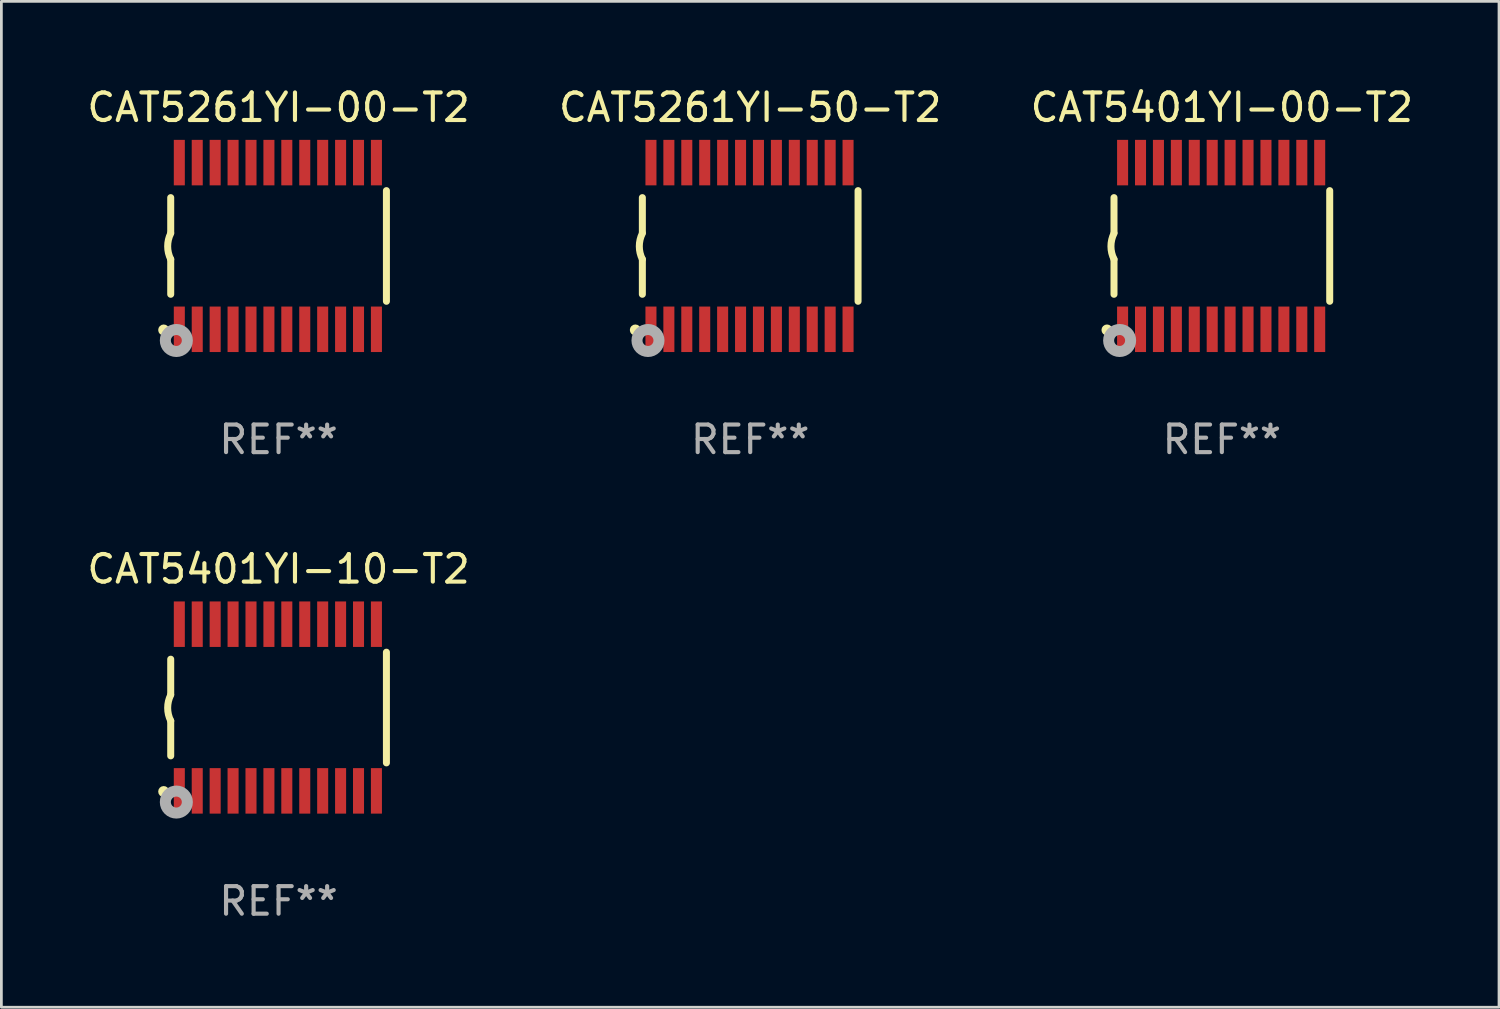
<source format=kicad_pcb>
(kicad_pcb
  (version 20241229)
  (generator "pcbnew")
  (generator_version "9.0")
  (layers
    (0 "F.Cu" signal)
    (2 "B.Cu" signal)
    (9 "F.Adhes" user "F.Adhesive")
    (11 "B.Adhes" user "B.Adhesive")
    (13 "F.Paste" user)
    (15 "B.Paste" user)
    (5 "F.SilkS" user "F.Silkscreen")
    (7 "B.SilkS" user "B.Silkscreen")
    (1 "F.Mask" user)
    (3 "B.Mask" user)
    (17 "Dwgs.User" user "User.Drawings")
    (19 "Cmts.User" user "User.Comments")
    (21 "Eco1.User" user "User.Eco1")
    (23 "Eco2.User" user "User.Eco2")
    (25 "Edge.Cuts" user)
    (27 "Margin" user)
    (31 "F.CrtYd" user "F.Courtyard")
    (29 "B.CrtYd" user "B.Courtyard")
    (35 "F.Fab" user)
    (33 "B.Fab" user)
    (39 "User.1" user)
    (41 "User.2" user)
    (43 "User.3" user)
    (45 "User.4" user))
  (footprint "CAT5261YI-50-T2"
    (layer "F.Cu")
    (at 24.161 5.871)
    (property "Reference" "CAT5261YI-50-T2" (at 0 -5.023 0) (layer "F.SilkS") (effects (font (size 1 1) (thickness 0.15))))
    (attr through_hole)
    (fp_line (start -3.912 -0.483) (end -3.912 -1.753) (stroke (width 0.254) (type solid)) (layer "F.SilkS"))
    (fp_line (start -3.912 1.753) (end -3.912 0.483) (stroke (width 0.254) (type solid)) (layer "F.SilkS"))
    (fp_line (start 3.912 -2.007) (end 3.912 2.007) (stroke (width 0.254) (type solid)) (layer "F.SilkS"))
    (fp_arc (start -3.911608 0.482601) (mid -4.022537 0.0127) (end -3.911608 -0.457201) (stroke (width 0.254001) (type solid)) (layer "F.SilkS"))
    (fp_circle (center -4.166 3.048) (end -4.066 3.048) (stroke (width 0.2) (type solid)) (fill no) (layer "F.SilkS"))
    (fp_circle (center -3.925 3.186) (end -3.895 3.186) (stroke (width 0.06) (type solid)) (fill no) (layer "F.SilkS"))
    (fp_circle (center -3.708 3.429) (end -3.509 3.429) (stroke (width 0.4) (type solid)) (fill no) (layer "F.Fab"))
    (fp_text user "REF**" (at 0 7.023 0) (layer "F.Fab") (effects (font (size 1 1) (thickness 0.15))))
    (pad "1" smd rect (at -3.6 3.023) (size 0.4 1.65) (layers "F.Cu" "F.Mask" "F.Paste"))
    (pad "2" smd rect (at -2.95 3.023) (size 0.4 1.65) (layers "F.Cu" "F.Mask" "F.Paste"))
    (pad "3" smd rect (at -2.3 3.023) (size 0.4 1.65) (layers "F.Cu" "F.Mask" "F.Paste"))
    (pad "4" smd rect (at -1.65 3.023) (size 0.4 1.65) (layers "F.Cu" "F.Mask" "F.Paste"))
    (pad "5" smd rect (at -1 3.023) (size 0.4 1.65) (layers "F.Cu" "F.Mask" "F.Paste"))
    (pad "6" smd rect (at -0.35 3.023) (size 0.4 1.65) (layers "F.Cu" "F.Mask" "F.Paste"))
    (pad "7" smd rect (at 0.299 3.023) (size 0.4 1.65) (layers "F.Cu" "F.Mask" "F.Paste"))
    (pad "8" smd rect (at 0.95 3.023) (size 0.4 1.65) (layers "F.Cu" "F.Mask" "F.Paste"))
    (pad "9" smd rect (at 1.6 3.023) (size 0.4 1.65) (layers "F.Cu" "F.Mask" "F.Paste"))
    (pad "10" smd rect (at 2.25 3.023) (size 0.4 1.65) (layers "F.Cu" "F.Mask" "F.Paste"))
    (pad "11" smd rect (at 2.9 3.023) (size 0.4 1.65) (layers "F.Cu" "F.Mask" "F.Paste"))
    (pad "12" smd rect (at 3.549 3.023) (size 0.4 1.65) (layers "F.Cu" "F.Mask" "F.Paste"))
    (pad "13" smd rect (at 3.549 -3.023) (size 0.4 1.65) (layers "F.Cu" "F.Mask" "F.Paste"))
    (pad "14" smd rect (at 2.9 -3.023) (size 0.4 1.65) (layers "F.Cu" "F.Mask" "F.Paste"))
    (pad "15" smd rect (at 2.25 -3.023) (size 0.4 1.65) (layers "F.Cu" "F.Mask" "F.Paste"))
    (pad "16" smd rect (at 1.6 -3.023) (size 0.4 1.65) (layers "F.Cu" "F.Mask" "F.Paste"))
    (pad "17" smd rect (at 0.95 -3.023) (size 0.4 1.65) (layers "F.Cu" "F.Mask" "F.Paste"))
    (pad "18" smd rect (at 0.299 -3.023) (size 0.4 1.65) (layers "F.Cu" "F.Mask" "F.Paste"))
    (pad "19" smd rect (at -0.35 -3.023) (size 0.4 1.65) (layers "F.Cu" "F.Mask" "F.Paste"))
    (pad "20" smd rect (at -1 -3.023) (size 0.4 1.65) (layers "F.Cu" "F.Mask" "F.Paste"))
    (pad "21" smd rect (at -1.65 -3.023) (size 0.4 1.65) (layers "F.Cu" "F.Mask" "F.Paste"))
    (pad "22" smd rect (at -2.3 -3.023) (size 0.4 1.65) (layers "F.Cu" "F.Mask" "F.Paste"))
    (pad "23" smd rect (at -2.95 -3.023) (size 0.4 1.65) (layers "F.Cu" "F.Mask" "F.Paste"))
    (pad "24" smd rect (at -3.6 -3.023) (size 0.4 1.65) (layers "F.Cu" "F.Mask" "F.Paste")))
  (footprint "CAT5261YI-00-T2"
    (layer "F.Cu")
    (at 7.054 5.871)
    (property "Reference" "CAT5261YI-00-T2" (at 0 -5.023 0) (layer "F.SilkS") (effects (font (size 1 1) (thickness 0.15))))
    (attr through_hole)
    (fp_line (start -3.912 -0.483) (end -3.912 -1.753) (stroke (width 0.254) (type solid)) (layer "F.SilkS"))
    (fp_line (start -3.912 1.753) (end -3.912 0.483) (stroke (width 0.254) (type solid)) (layer "F.SilkS"))
    (fp_line (start 3.912 -2.007) (end 3.912 2.007) (stroke (width 0.254) (type solid)) (layer "F.SilkS"))
    (fp_arc (start -3.911608 0.482601) (mid -4.022537 0.0127) (end -3.911608 -0.457201) (stroke (width 0.254001) (type solid)) (layer "F.SilkS"))
    (fp_circle (center -4.166 3.048) (end -4.066 3.048) (stroke (width 0.2) (type solid)) (fill no) (layer "F.SilkS"))
    (fp_circle (center -3.925 3.186) (end -3.895 3.186) (stroke (width 0.06) (type solid)) (fill no) (layer "F.SilkS"))
    (fp_circle (center -3.708 3.429) (end -3.509 3.429) (stroke (width 0.4) (type solid)) (fill no) (layer "F.Fab"))
    (fp_text user "REF**" (at 0 7.023 0) (layer "F.Fab") (effects (font (size 1 1) (thickness 0.15))))
    (pad "1" smd rect (at -3.6 3.023) (size 0.4 1.65) (layers "F.Cu" "F.Mask" "F.Paste"))
    (pad "2" smd rect (at -2.95 3.023) (size 0.4 1.65) (layers "F.Cu" "F.Mask" "F.Paste"))
    (pad "3" smd rect (at -2.3 3.023) (size 0.4 1.65) (layers "F.Cu" "F.Mask" "F.Paste"))
    (pad "4" smd rect (at -1.65 3.023) (size 0.4 1.65) (layers "F.Cu" "F.Mask" "F.Paste"))
    (pad "5" smd rect (at -1 3.023) (size 0.4 1.65) (layers "F.Cu" "F.Mask" "F.Paste"))
    (pad "6" smd rect (at -0.35 3.023) (size 0.4 1.65) (layers "F.Cu" "F.Mask" "F.Paste"))
    (pad "7" smd rect (at 0.299 3.023) (size 0.4 1.65) (layers "F.Cu" "F.Mask" "F.Paste"))
    (pad "8" smd rect (at 0.95 3.023) (size 0.4 1.65) (layers "F.Cu" "F.Mask" "F.Paste"))
    (pad "9" smd rect (at 1.6 3.023) (size 0.4 1.65) (layers "F.Cu" "F.Mask" "F.Paste"))
    (pad "10" smd rect (at 2.25 3.023) (size 0.4 1.65) (layers "F.Cu" "F.Mask" "F.Paste"))
    (pad "11" smd rect (at 2.9 3.023) (size 0.4 1.65) (layers "F.Cu" "F.Mask" "F.Paste"))
    (pad "12" smd rect (at 3.549 3.023) (size 0.4 1.65) (layers "F.Cu" "F.Mask" "F.Paste"))
    (pad "13" smd rect (at 3.549 -3.023) (size 0.4 1.65) (layers "F.Cu" "F.Mask" "F.Paste"))
    (pad "14" smd rect (at 2.9 -3.023) (size 0.4 1.65) (layers "F.Cu" "F.Mask" "F.Paste"))
    (pad "15" smd rect (at 2.25 -3.023) (size 0.4 1.65) (layers "F.Cu" "F.Mask" "F.Paste"))
    (pad "16" smd rect (at 1.6 -3.023) (size 0.4 1.65) (layers "F.Cu" "F.Mask" "F.Paste"))
    (pad "17" smd rect (at 0.95 -3.023) (size 0.4 1.65) (layers "F.Cu" "F.Mask" "F.Paste"))
    (pad "18" smd rect (at 0.299 -3.023) (size 0.4 1.65) (layers "F.Cu" "F.Mask" "F.Paste"))
    (pad "19" smd rect (at -0.35 -3.023) (size 0.4 1.65) (layers "F.Cu" "F.Mask" "F.Paste"))
    (pad "20" smd rect (at -1 -3.023) (size 0.4 1.65) (layers "F.Cu" "F.Mask" "F.Paste"))
    (pad "21" smd rect (at -1.65 -3.023) (size 0.4 1.65) (layers "F.Cu" "F.Mask" "F.Paste"))
    (pad "22" smd rect (at -2.3 -3.023) (size 0.4 1.65) (layers "F.Cu" "F.Mask" "F.Paste"))
    (pad "23" smd rect (at -2.95 -3.023) (size 0.4 1.65) (layers "F.Cu" "F.Mask" "F.Paste"))
    (pad "24" smd rect (at -3.6 -3.023) (size 0.4 1.65) (layers "F.Cu" "F.Mask" "F.Paste")))
  (footprint "CAT5401YI-00-T2"
    (layer "F.Cu")
    (at 41.268 5.871)
    (property "Reference" "CAT5401YI-00-T2" (at 0 -5.023 0) (layer "F.SilkS") (effects (font (size 1 1) (thickness 0.15))))
    (attr through_hole)
    (fp_line (start -3.912 -0.483) (end -3.912 -1.753) (stroke (width 0.254) (type solid)) (layer "F.SilkS"))
    (fp_line (start -3.912 1.753) (end -3.912 0.483) (stroke (width 0.254) (type solid)) (layer "F.SilkS"))
    (fp_line (start 3.912 -2.007) (end 3.912 2.007) (stroke (width 0.254) (type solid)) (layer "F.SilkS"))
    (fp_arc (start -3.911608 0.482601) (mid -4.022537 0.0127) (end -3.911608 -0.457201) (stroke (width 0.254001) (type solid)) (layer "F.SilkS"))
    (fp_circle (center -4.166 3.048) (end -4.066 3.048) (stroke (width 0.2) (type solid)) (fill no) (layer "F.SilkS"))
    (fp_circle (center -3.925 3.186) (end -3.895 3.186) (stroke (width 0.06) (type solid)) (fill no) (layer "F.SilkS"))
    (fp_circle (center -3.708 3.429) (end -3.509 3.429) (stroke (width 0.4) (type solid)) (fill no) (layer "F.Fab"))
    (fp_text user "REF**" (at 0 7.023 0) (layer "F.Fab") (effects (font (size 1 1) (thickness 0.15))))
    (pad "1" smd rect (at -3.6 3.023) (size 0.4 1.65) (layers "F.Cu" "F.Mask" "F.Paste"))
    (pad "2" smd rect (at -2.95 3.023) (size 0.4 1.65) (layers "F.Cu" "F.Mask" "F.Paste"))
    (pad "3" smd rect (at -2.3 3.023) (size 0.4 1.65) (layers "F.Cu" "F.Mask" "F.Paste"))
    (pad "4" smd rect (at -1.65 3.023) (size 0.4 1.65) (layers "F.Cu" "F.Mask" "F.Paste"))
    (pad "5" smd rect (at -1 3.023) (size 0.4 1.65) (layers "F.Cu" "F.Mask" "F.Paste"))
    (pad "6" smd rect (at -0.35 3.023) (size 0.4 1.65) (layers "F.Cu" "F.Mask" "F.Paste"))
    (pad "7" smd rect (at 0.299 3.023) (size 0.4 1.65) (layers "F.Cu" "F.Mask" "F.Paste"))
    (pad "8" smd rect (at 0.95 3.023) (size 0.4 1.65) (layers "F.Cu" "F.Mask" "F.Paste"))
    (pad "9" smd rect (at 1.6 3.023) (size 0.4 1.65) (layers "F.Cu" "F.Mask" "F.Paste"))
    (pad "10" smd rect (at 2.25 3.023) (size 0.4 1.65) (layers "F.Cu" "F.Mask" "F.Paste"))
    (pad "11" smd rect (at 2.9 3.023) (size 0.4 1.65) (layers "F.Cu" "F.Mask" "F.Paste"))
    (pad "12" smd rect (at 3.549 3.023) (size 0.4 1.65) (layers "F.Cu" "F.Mask" "F.Paste"))
    (pad "13" smd rect (at 3.549 -3.023) (size 0.4 1.65) (layers "F.Cu" "F.Mask" "F.Paste"))
    (pad "14" smd rect (at 2.9 -3.023) (size 0.4 1.65) (layers "F.Cu" "F.Mask" "F.Paste"))
    (pad "15" smd rect (at 2.25 -3.023) (size 0.4 1.65) (layers "F.Cu" "F.Mask" "F.Paste"))
    (pad "16" smd rect (at 1.6 -3.023) (size 0.4 1.65) (layers "F.Cu" "F.Mask" "F.Paste"))
    (pad "17" smd rect (at 0.95 -3.023) (size 0.4 1.65) (layers "F.Cu" "F.Mask" "F.Paste"))
    (pad "18" smd rect (at 0.299 -3.023) (size 0.4 1.65) (layers "F.Cu" "F.Mask" "F.Paste"))
    (pad "19" smd rect (at -0.35 -3.023) (size 0.4 1.65) (layers "F.Cu" "F.Mask" "F.Paste"))
    (pad "20" smd rect (at -1 -3.023) (size 0.4 1.65) (layers "F.Cu" "F.Mask" "F.Paste"))
    (pad "21" smd rect (at -1.65 -3.023) (size 0.4 1.65) (layers "F.Cu" "F.Mask" "F.Paste"))
    (pad "22" smd rect (at -2.3 -3.023) (size 0.4 1.65) (layers "F.Cu" "F.Mask" "F.Paste"))
    (pad "23" smd rect (at -2.95 -3.023) (size 0.4 1.65) (layers "F.Cu" "F.Mask" "F.Paste"))
    (pad "24" smd rect (at -3.6 -3.023) (size 0.4 1.65) (layers "F.Cu" "F.Mask" "F.Paste")))
  (footprint "CAT5401YI-10-T2"
    (layer "F.Cu")
    (at 7.054 22.613)
    (property "Reference" "CAT5401YI-10-T2" (at 0 -5.023 0) (layer "F.SilkS") (effects (font (size 1 1) (thickness 0.15))))
    (attr through_hole)
    (fp_line (start -3.912 -0.483) (end -3.912 -1.753) (stroke (width 0.254) (type solid)) (layer "F.SilkS"))
    (fp_line (start -3.912 1.753) (end -3.912 0.483) (stroke (width 0.254) (type solid)) (layer "F.SilkS"))
    (fp_line (start 3.912 -2.007) (end 3.912 2.007) (stroke (width 0.254) (type solid)) (layer "F.SilkS"))
    (fp_arc (start -3.911608 0.482601) (mid -4.022537 0.0127) (end -3.911608 -0.457201) (stroke (width 0.254001) (type solid)) (layer "F.SilkS"))
    (fp_circle (center -4.166 3.048) (end -4.066 3.048) (stroke (width 0.2) (type solid)) (fill no) (layer "F.SilkS"))
    (fp_circle (center -3.925 3.186) (end -3.895 3.186) (stroke (width 0.06) (type solid)) (fill no) (layer "F.SilkS"))
    (fp_circle (center -3.708 3.429) (end -3.509 3.429) (stroke (width 0.4) (type solid)) (fill no) (layer "F.Fab"))
    (fp_text user "REF**" (at 0 7.023 0) (layer "F.Fab") (effects (font (size 1 1) (thickness 0.15))))
    (pad "1" smd rect (at -3.6 3.023) (size 0.4 1.65) (layers "F.Cu" "F.Mask" "F.Paste"))
    (pad "2" smd rect (at -2.95 3.023) (size 0.4 1.65) (layers "F.Cu" "F.Mask" "F.Paste"))
    (pad "3" smd rect (at -2.3 3.023) (size 0.4 1.65) (layers "F.Cu" "F.Mask" "F.Paste"))
    (pad "4" smd rect (at -1.65 3.023) (size 0.4 1.65) (layers "F.Cu" "F.Mask" "F.Paste"))
    (pad "5" smd rect (at -1 3.023) (size 0.4 1.65) (layers "F.Cu" "F.Mask" "F.Paste"))
    (pad "6" smd rect (at -0.35 3.023) (size 0.4 1.65) (layers "F.Cu" "F.Mask" "F.Paste"))
    (pad "7" smd rect (at 0.299 3.023) (size 0.4 1.65) (layers "F.Cu" "F.Mask" "F.Paste"))
    (pad "8" smd rect (at 0.95 3.023) (size 0.4 1.65) (layers "F.Cu" "F.Mask" "F.Paste"))
    (pad "9" smd rect (at 1.6 3.023) (size 0.4 1.65) (layers "F.Cu" "F.Mask" "F.Paste"))
    (pad "10" smd rect (at 2.25 3.023) (size 0.4 1.65) (layers "F.Cu" "F.Mask" "F.Paste"))
    (pad "11" smd rect (at 2.9 3.023) (size 0.4 1.65) (layers "F.Cu" "F.Mask" "F.Paste"))
    (pad "12" smd rect (at 3.549 3.023) (size 0.4 1.65) (layers "F.Cu" "F.Mask" "F.Paste"))
    (pad "13" smd rect (at 3.549 -3.023) (size 0.4 1.65) (layers "F.Cu" "F.Mask" "F.Paste"))
    (pad "14" smd rect (at 2.9 -3.023) (size 0.4 1.65) (layers "F.Cu" "F.Mask" "F.Paste"))
    (pad "15" smd rect (at 2.25 -3.023) (size 0.4 1.65) (layers "F.Cu" "F.Mask" "F.Paste"))
    (pad "16" smd rect (at 1.6 -3.023) (size 0.4 1.65) (layers "F.Cu" "F.Mask" "F.Paste"))
    (pad "17" smd rect (at 0.95 -3.023) (size 0.4 1.65) (layers "F.Cu" "F.Mask" "F.Paste"))
    (pad "18" smd rect (at 0.299 -3.023) (size 0.4 1.65) (layers "F.Cu" "F.Mask" "F.Paste"))
    (pad "19" smd rect (at -0.35 -3.023) (size 0.4 1.65) (layers "F.Cu" "F.Mask" "F.Paste"))
    (pad "20" smd rect (at -1 -3.023) (size 0.4 1.65) (layers "F.Cu" "F.Mask" "F.Paste"))
    (pad "21" smd rect (at -1.65 -3.023) (size 0.4 1.65) (layers "F.Cu" "F.Mask" "F.Paste"))
    (pad "22" smd rect (at -2.3 -3.023) (size 0.4 1.65) (layers "F.Cu" "F.Mask" "F.Paste"))
    (pad "23" smd rect (at -2.95 -3.023) (size 0.4 1.65) (layers "F.Cu" "F.Mask" "F.Paste"))
    (pad "24" smd rect (at -3.6 -3.023) (size 0.4 1.65) (layers "F.Cu" "F.Mask" "F.Paste")))
  (gr_rect
    (start -3 -3)
    (end 51.321 33.483)
    (stroke (width 0.1) (type default))
    (fill no)
    (layer "Edge.Cuts")))
</source>
